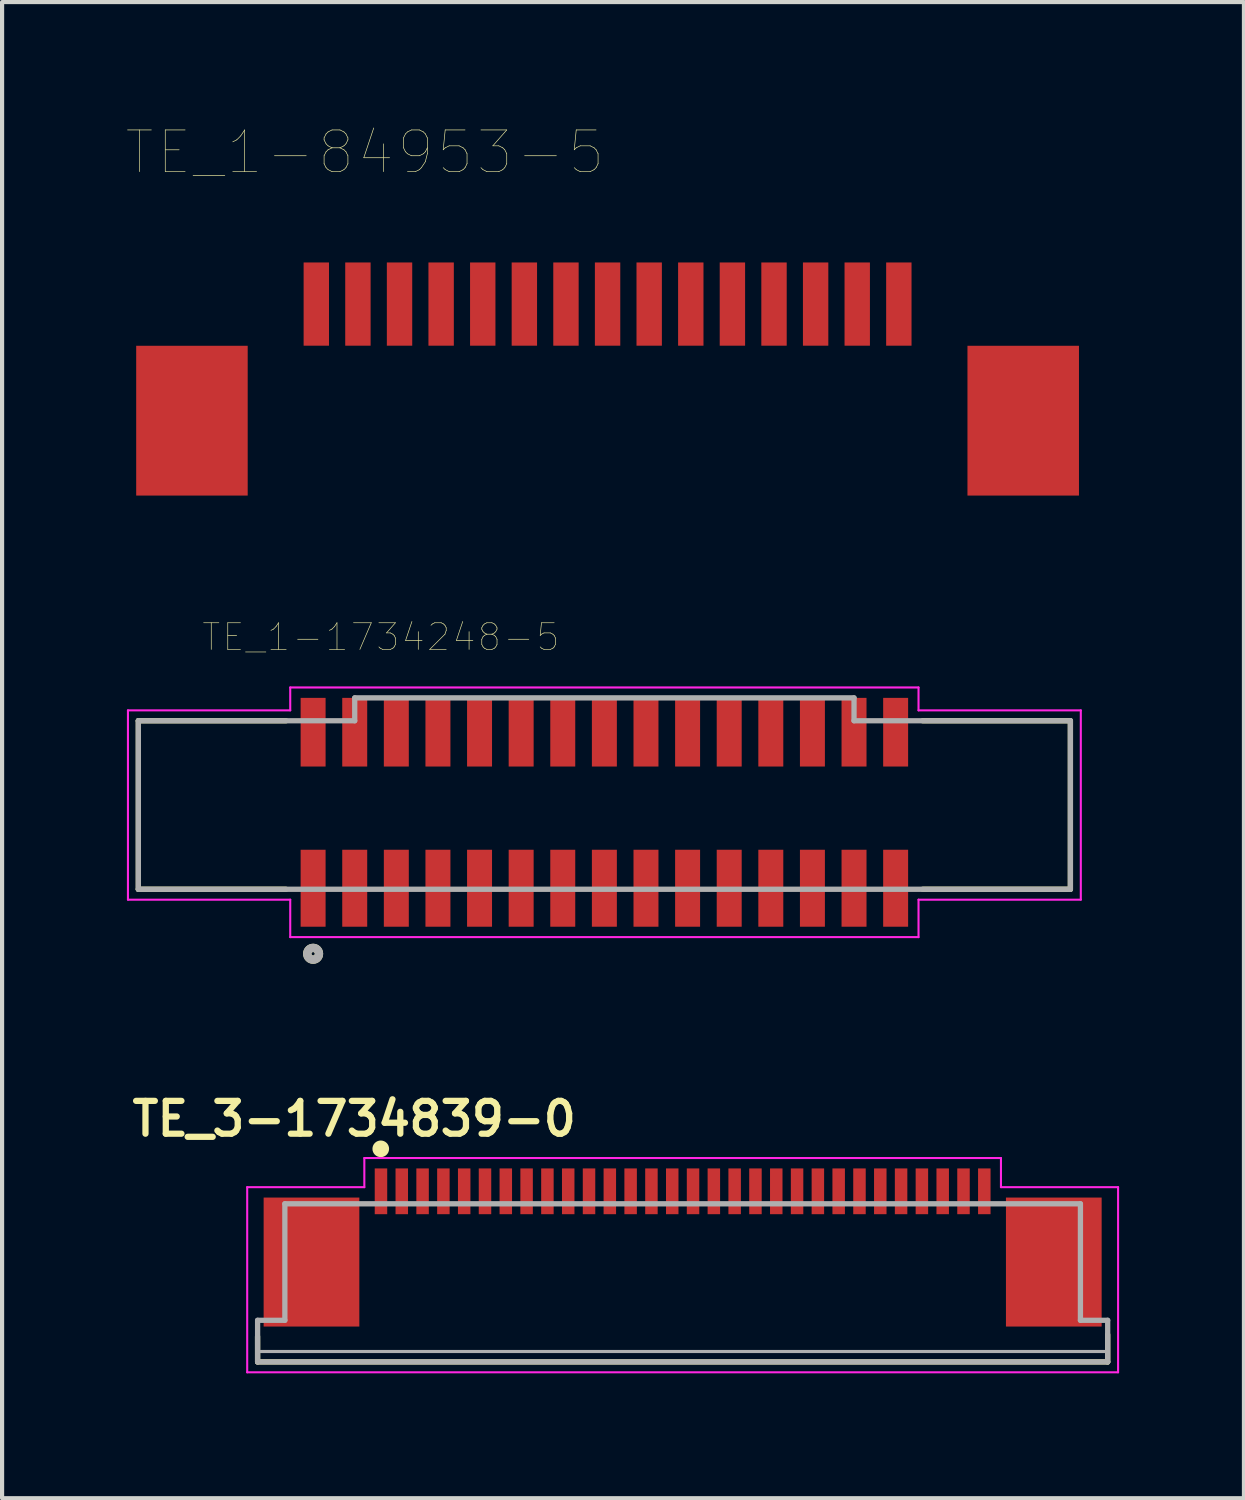
<source format=kicad_pcb>
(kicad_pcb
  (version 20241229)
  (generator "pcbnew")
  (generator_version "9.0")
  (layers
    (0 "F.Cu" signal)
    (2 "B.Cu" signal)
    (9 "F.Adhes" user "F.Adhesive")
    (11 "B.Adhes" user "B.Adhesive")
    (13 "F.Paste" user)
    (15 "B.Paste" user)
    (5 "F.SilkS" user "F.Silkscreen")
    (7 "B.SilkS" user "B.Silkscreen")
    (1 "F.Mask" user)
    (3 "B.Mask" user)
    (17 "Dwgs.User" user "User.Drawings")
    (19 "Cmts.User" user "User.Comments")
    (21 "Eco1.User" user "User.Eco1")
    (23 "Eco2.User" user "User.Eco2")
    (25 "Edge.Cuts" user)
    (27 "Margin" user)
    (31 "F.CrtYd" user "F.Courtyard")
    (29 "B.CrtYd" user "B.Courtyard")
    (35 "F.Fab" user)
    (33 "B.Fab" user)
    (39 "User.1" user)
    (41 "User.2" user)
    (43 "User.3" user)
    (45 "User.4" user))
  (footprint "TE_3-1734839-0"
    (layer "F.Cu")
    (at 13.356 25.581)
    (property "Reference" "TE_3-1734839-0" (at -7.894 -1.742 0) (layer "F.SilkS") (effects (font (size 0.789 0.789) (thickness 0.15))))
    (attr through_hole)
    (fp_line (start -10.216 3.488) (end -10.215 4.1) (stroke (width 0.127) (type solid)) (layer "F.SilkS"))
    (fp_line (start -10.215 4.1) (end 10.215 4.1) (stroke (width 0.127) (type solid)) (layer "F.SilkS"))
    (fp_line (start 10.215 4.1) (end 10.215 3.444) (stroke (width 0.127) (type solid)) (layer "F.SilkS"))
    (fp_circle (center -7.255 -1.021) (end -7.155 -1.021) (stroke (width 0.2) (type solid)) (fill no) (layer "F.SilkS"))
    (fp_line (start -10.465 -0.1) (end -10.465 4.35) (stroke (width 0.05) (type solid)) (layer "F.CrtYd"))
    (fp_line (start -10.465 4.35) (end 10.465 4.35) (stroke (width 0.05) (type solid)) (layer "F.CrtYd"))
    (fp_line (start -7.65 -0.8) (end -7.65 -0.1) (stroke (width 0.05) (type solid)) (layer "F.CrtYd"))
    (fp_line (start -7.65 -0.1) (end -10.465 -0.1) (stroke (width 0.05) (type solid)) (layer "F.CrtYd"))
    (fp_line (start 7.65 -0.8) (end -7.65 -0.8) (stroke (width 0.05) (type solid)) (layer "F.CrtYd"))
    (fp_line (start 7.65 -0.1) (end 7.65 -0.8) (stroke (width 0.05) (type solid)) (layer "F.CrtYd"))
    (fp_line (start 10.465 -0.1) (end 7.65 -0.1) (stroke (width 0.05) (type solid)) (layer "F.CrtYd"))
    (fp_line (start 10.465 4.35) (end 10.465 -0.1) (stroke (width 0.05) (type solid)) (layer "F.CrtYd"))
    (fp_line (start -10.215 3.1) (end -9.56 3.1) (stroke (width 0.127) (type solid)) (layer "F.Fab"))
    (fp_line (start -10.215 4.1) (end -10.215 3.1) (stroke (width 0.127) (type solid)) (layer "F.Fab"))
    (fp_line (start -10.215 4.1) (end 10.215 4.1) (stroke (width 0.127) (type solid)) (layer "F.Fab"))
    (fp_line (start -10.14 3.85) (end 10.14 3.85) (stroke (width 0.076) (type solid)) (layer "F.Fab"))
    (fp_line (start -9.56 0.3) (end -9.56 3.1) (stroke (width 0.127) (type solid)) (layer "F.Fab"))
    (fp_line (start 9.56 0.3) (end -9.56 0.3) (stroke (width 0.127) (type solid)) (layer "F.Fab"))
    (fp_line (start 9.56 3.1) (end 9.56 0.3) (stroke (width 0.127) (type solid)) (layer "F.Fab"))
    (fp_line (start 9.56 3.1) (end 10.215 3.1) (stroke (width 0.127) (type solid)) (layer "F.Fab"))
    (fp_line (start 10.215 3.1) (end 10.215 4.1) (stroke (width 0.127) (type solid)) (layer "F.Fab"))
    (pad "1" smd rect (at -7.25 0) (size 0.3 1.1) (layers "F.Cu" "F.Mask" "F.Paste"))
    (pad "2" smd rect (at -6.75 0) (size 0.3 1.1) (layers "F.Cu" "F.Mask" "F.Paste"))
    (pad "3" smd rect (at -6.25 0) (size 0.3 1.1) (layers "F.Cu" "F.Mask" "F.Paste"))
    (pad "4" smd rect (at -5.75 0) (size 0.3 1.1) (layers "F.Cu" "F.Mask" "F.Paste"))
    (pad "5" smd rect (at -5.25 0) (size 0.3 1.1) (layers "F.Cu" "F.Mask" "F.Paste"))
    (pad "6" smd rect (at -4.75 0) (size 0.3 1.1) (layers "F.Cu" "F.Mask" "F.Paste"))
    (pad "7" smd rect (at -4.25 0) (size 0.3 1.1) (layers "F.Cu" "F.Mask" "F.Paste"))
    (pad "8" smd rect (at -3.75 0) (size 0.3 1.1) (layers "F.Cu" "F.Mask" "F.Paste"))
    (pad "9" smd rect (at -3.25 0) (size 0.3 1.1) (layers "F.Cu" "F.Mask" "F.Paste"))
    (pad "10" smd rect (at -2.75 0) (size 0.3 1.1) (layers "F.Cu" "F.Mask" "F.Paste"))
    (pad "11" smd rect (at -2.25 0) (size 0.3 1.1) (layers "F.Cu" "F.Mask" "F.Paste"))
    (pad "12" smd rect (at -1.75 0) (size 0.3 1.1) (layers "F.Cu" "F.Mask" "F.Paste"))
    (pad "13" smd rect (at -1.25 0) (size 0.3 1.1) (layers "F.Cu" "F.Mask" "F.Paste"))
    (pad "14" smd rect (at -0.75 0) (size 0.3 1.1) (layers "F.Cu" "F.Mask" "F.Paste"))
    (pad "15" smd rect (at -0.25 0) (size 0.3 1.1) (layers "F.Cu" "F.Mask" "F.Paste"))
    (pad "16" smd rect (at 0.25 0) (size 0.3 1.1) (layers "F.Cu" "F.Mask" "F.Paste"))
    (pad "17" smd rect (at 0.75 0) (size 0.3 1.1) (layers "F.Cu" "F.Mask" "F.Paste"))
    (pad "18" smd rect (at 1.25 0) (size 0.3 1.1) (layers "F.Cu" "F.Mask" "F.Paste"))
    (pad "19" smd rect (at 1.75 0) (size 0.3 1.1) (layers "F.Cu" "F.Mask" "F.Paste"))
    (pad "20" smd rect (at 2.25 0) (size 0.3 1.1) (layers "F.Cu" "F.Mask" "F.Paste"))
    (pad "21" smd rect (at 2.75 0) (size 0.3 1.1) (layers "F.Cu" "F.Mask" "F.Paste"))
    (pad "22" smd rect (at 3.25 0) (size 0.3 1.1) (layers "F.Cu" "F.Mask" "F.Paste"))
    (pad "23" smd rect (at 3.75 0) (size 0.3 1.1) (layers "F.Cu" "F.Mask" "F.Paste"))
    (pad "24" smd rect (at 4.25 0) (size 0.3 1.1) (layers "F.Cu" "F.Mask" "F.Paste"))
    (pad "25" smd rect (at 4.75 0) (size 0.3 1.1) (layers "F.Cu" "F.Mask" "F.Paste"))
    (pad "26" smd rect (at 5.25 0) (size 0.3 1.1) (layers "F.Cu" "F.Mask" "F.Paste"))
    (pad "27" smd rect (at 5.75 0) (size 0.3 1.1) (layers "F.Cu" "F.Mask" "F.Paste"))
    (pad "28" smd rect (at 6.25 0) (size 0.3 1.1) (layers "F.Cu" "F.Mask" "F.Paste"))
    (pad "29" smd rect (at 6.75 0) (size 0.3 1.1) (layers "F.Cu" "F.Mask" "F.Paste"))
    (pad "30" smd rect (at 7.25 0) (size 0.3 1.1) (layers "F.Cu" "F.Mask" "F.Paste"))
    (pad "S1" smd rect (at -8.92 1.7) (size 2.3 3.1) (layers "F.Cu" "F.Mask" "F.Paste"))
    (pad "S2" smd rect (at 8.92 1.7) (size 2.3 3.1) (layers "F.Cu" "F.Mask" "F.Paste")))
  (footprint "TE_1-1734248-5"
    (layer "F.Cu")
    (at 11.475 16.272)
    (property "Reference" "TE_1-1734248-5" (at -5.373 -4.01 0) (layer "F.SilkS") (effects (font (size 0.641 0.641) (thickness 0.015))))
    (attr through_hole)
    (fp_line (start -11.2 -2) (end -7.65 -2) (stroke (width 0.127) (type solid)) (layer "F.SilkS"))
    (fp_line (start -11.2 2.05) (end -11.2 -2) (stroke (width 0.127) (type solid)) (layer "F.SilkS"))
    (fp_line (start -11.2 2.05) (end -7.65 2.05) (stroke (width 0.127) (type solid)) (layer "F.SilkS"))
    (fp_line (start 11.2 -2) (end 7.65 -2) (stroke (width 0.127) (type solid)) (layer "F.SilkS"))
    (fp_line (start 11.2 2.05) (end 7.65 2.05) (stroke (width 0.127) (type solid)) (layer "F.SilkS"))
    (fp_line (start 11.2 2.05) (end 11.2 -2) (stroke (width 0.127) (type solid)) (layer "F.SilkS"))
    (fp_circle (center -7 3.6) (end -6.859 3.6) (stroke (width 0.2) (type solid)) (fill no) (layer "F.SilkS"))
    (fp_line (start -11.45 -2.25) (end -7.55 -2.25) (stroke (width 0.05) (type solid)) (layer "F.CrtYd"))
    (fp_line (start -11.45 2.3) (end -11.45 -2.25) (stroke (width 0.05) (type solid)) (layer "F.CrtYd"))
    (fp_line (start -7.55 -2.8) (end 7.55 -2.8) (stroke (width 0.05) (type solid)) (layer "F.CrtYd"))
    (fp_line (start -7.55 -2.25) (end -7.55 -2.8) (stroke (width 0.05) (type solid)) (layer "F.CrtYd"))
    (fp_line (start -7.55 2.3) (end -11.45 2.3) (stroke (width 0.05) (type solid)) (layer "F.CrtYd"))
    (fp_line (start -7.55 3.2) (end -7.55 2.3) (stroke (width 0.05) (type solid)) (layer "F.CrtYd"))
    (fp_line (start 7.55 -2.8) (end 7.55 -2.25) (stroke (width 0.05) (type solid)) (layer "F.CrtYd"))
    (fp_line (start 7.55 -2.25) (end 11.45 -2.25) (stroke (width 0.05) (type solid)) (layer "F.CrtYd"))
    (fp_line (start 7.55 2.3) (end 7.55 3.2) (stroke (width 0.05) (type solid)) (layer "F.CrtYd"))
    (fp_line (start 7.55 3.2) (end -7.55 3.2) (stroke (width 0.05) (type solid)) (layer "F.CrtYd"))
    (fp_line (start 11.45 -2.25) (end 11.45 2.3) (stroke (width 0.05) (type solid)) (layer "F.CrtYd"))
    (fp_line (start 11.45 2.3) (end 7.55 2.3) (stroke (width 0.05) (type solid)) (layer "F.CrtYd"))
    (fp_line (start -11.2 -2) (end -6 -2) (stroke (width 0.127) (type solid)) (layer "F.Fab"))
    (fp_line (start -11.2 2.05) (end -11.2 -2) (stroke (width 0.127) (type solid)) (layer "F.Fab"))
    (fp_line (start -6 -2.55) (end 6 -2.55) (stroke (width 0.127) (type solid)) (layer "F.Fab"))
    (fp_line (start -6 -2) (end -6 -2.55) (stroke (width 0.127) (type solid)) (layer "F.Fab"))
    (fp_line (start 6 -2) (end 6 -2.55) (stroke (width 0.127) (type solid)) (layer "F.Fab"))
    (fp_line (start 11.2 -2) (end 6 -2) (stroke (width 0.127) (type solid)) (layer "F.Fab"))
    (fp_line (start 11.2 2.05) (end -11.2 2.05) (stroke (width 0.127) (type solid)) (layer "F.Fab"))
    (fp_line (start 11.2 2.05) (end 11.2 -2) (stroke (width 0.127) (type solid)) (layer "F.Fab"))
    (fp_circle (center -7 3.6) (end -6.859 3.6) (stroke (width 0.2) (type solid)) (fill no) (layer "F.Fab"))
    (pad "1" smd rect (at -7 2.025) (size 0.6 1.85) (layers "F.Cu" "F.Mask" "F.Paste"))
    (pad "1_1" smd rect (at -7 -1.725) (size 0.6 1.65) (layers "F.Cu" "F.Mask" "F.Paste"))
    (pad "2" smd rect (at -6 2.025) (size 0.6 1.85) (layers "F.Cu" "F.Mask" "F.Paste"))
    (pad "2_1" smd rect (at -6 -1.725) (size 0.6 1.65) (layers "F.Cu" "F.Mask" "F.Paste"))
    (pad "3" smd rect (at -5 2.025) (size 0.6 1.85) (layers "F.Cu" "F.Mask" "F.Paste"))
    (pad "3_1" smd rect (at -5 -1.725) (size 0.6 1.65) (layers "F.Cu" "F.Mask" "F.Paste"))
    (pad "4" smd rect (at -4 2.025) (size 0.6 1.85) (layers "F.Cu" "F.Mask" "F.Paste"))
    (pad "4_1" smd rect (at -4 -1.725) (size 0.6 1.65) (layers "F.Cu" "F.Mask" "F.Paste"))
    (pad "5" smd rect (at -3 2.025) (size 0.6 1.85) (layers "F.Cu" "F.Mask" "F.Paste"))
    (pad "5_1" smd rect (at -3 -1.725) (size 0.6 1.65) (layers "F.Cu" "F.Mask" "F.Paste"))
    (pad "6" smd rect (at -2 2.025) (size 0.6 1.85) (layers "F.Cu" "F.Mask" "F.Paste"))
    (pad "6_1" smd rect (at -2 -1.725) (size 0.6 1.65) (layers "F.Cu" "F.Mask" "F.Paste"))
    (pad "7" smd rect (at -1 2.025) (size 0.6 1.85) (layers "F.Cu" "F.Mask" "F.Paste"))
    (pad "7_1" smd rect (at -1 -1.725) (size 0.6 1.65) (layers "F.Cu" "F.Mask" "F.Paste"))
    (pad "8" smd rect (at 0 2.025) (size 0.6 1.85) (layers "F.Cu" "F.Mask" "F.Paste"))
    (pad "8_1" smd rect (at 0 -1.725) (size 0.6 1.65) (layers "F.Cu" "F.Mask" "F.Paste"))
    (pad "9" smd rect (at 1 2.025) (size 0.6 1.85) (layers "F.Cu" "F.Mask" "F.Paste"))
    (pad "9_1" smd rect (at 1 -1.725) (size 0.6 1.65) (layers "F.Cu" "F.Mask" "F.Paste"))
    (pad "10" smd rect (at 2 2.025) (size 0.6 1.85) (layers "F.Cu" "F.Mask" "F.Paste"))
    (pad "10_1" smd rect (at 2 -1.725) (size 0.6 1.65) (layers "F.Cu" "F.Mask" "F.Paste"))
    (pad "11" smd rect (at 3 2.025) (size 0.6 1.85) (layers "F.Cu" "F.Mask" "F.Paste"))
    (pad "11_1" smd rect (at 3 -1.725) (size 0.6 1.65) (layers "F.Cu" "F.Mask" "F.Paste"))
    (pad "12" smd rect (at 4 2.025) (size 0.6 1.85) (layers "F.Cu" "F.Mask" "F.Paste"))
    (pad "12_1" smd rect (at 4 -1.725) (size 0.6 1.65) (layers "F.Cu" "F.Mask" "F.Paste"))
    (pad "13" smd rect (at 5 2.025) (size 0.6 1.85) (layers "F.Cu" "F.Mask" "F.Paste"))
    (pad "13_1" smd rect (at 5 -1.725) (size 0.6 1.65) (layers "F.Cu" "F.Mask" "F.Paste"))
    (pad "14" smd rect (at 6 2.025) (size 0.6 1.85) (layers "F.Cu" "F.Mask" "F.Paste"))
    (pad "14_1" smd rect (at 6 -1.725) (size 0.6 1.65) (layers "F.Cu" "F.Mask" "F.Paste"))
    (pad "15" smd rect (at 7 2.025) (size 0.6 1.85) (layers "F.Cu" "F.Mask" "F.Paste"))
    (pad "15_1" smd rect (at 7 -1.725) (size 0.6 1.65) (layers "F.Cu" "F.Mask" "F.Paste")))
  (footprint "TE_1-84953-5"
    (layer "F.Cu")
    (at 11.552 7.258)
    (property "Reference" "TE_1-84953-5" (at -5.835 -6.646 0) (layer "F.SilkS") (effects (font (size 1.002 1.002) (thickness 0.015))))
    (attr through_hole)
    (pad "1" smd rect (at -7 -3) (size 0.61 2) (layers "F.Cu" "F.Mask" "F.Paste"))
    (pad "2" smd rect (at -6 -3) (size 0.61 2) (layers "F.Cu" "F.Mask" "F.Paste"))
    (pad "3" smd rect (at -5 -3) (size 0.61 2) (layers "F.Cu" "F.Mask" "F.Paste"))
    (pad "4" smd rect (at -4 -3) (size 0.61 2) (layers "F.Cu" "F.Mask" "F.Paste"))
    (pad "5" smd rect (at -3 -3) (size 0.61 2) (layers "F.Cu" "F.Mask" "F.Paste"))
    (pad "6" smd rect (at -2 -3) (size 0.61 2) (layers "F.Cu" "F.Mask" "F.Paste"))
    (pad "7" smd rect (at -1 -3) (size 0.61 2) (layers "F.Cu" "F.Mask" "F.Paste"))
    (pad "8" smd rect (at 0 -3) (size 0.61 2) (layers "F.Cu" "F.Mask" "F.Paste"))
    (pad "9" smd rect (at 1 -3) (size 0.61 2) (layers "F.Cu" "F.Mask" "F.Paste"))
    (pad "10" smd rect (at 2 -3) (size 0.61 2) (layers "F.Cu" "F.Mask" "F.Paste"))
    (pad "11" smd rect (at 3 -3) (size 0.61 2) (layers "F.Cu" "F.Mask" "F.Paste"))
    (pad "12" smd rect (at 4 -3) (size 0.61 2) (layers "F.Cu" "F.Mask" "F.Paste"))
    (pad "13" smd rect (at 5 -3) (size 0.61 2) (layers "F.Cu" "F.Mask" "F.Paste"))
    (pad "14" smd rect (at 6 -3) (size 0.61 2) (layers "F.Cu" "F.Mask" "F.Paste"))
    (pad "15" smd rect (at 7 -3) (size 0.61 2) (layers "F.Cu" "F.Mask" "F.Paste"))
    (pad "PAD" smd rect (at -9.989 -0.198) (size 2.68 3.6) (layers "F.Cu" "F.Mask" "F.Paste"))
    (pad "PAD." smd rect (at 9.989 -0.198) (size 2.68 3.6) (layers "F.Cu" "F.Mask" "F.Paste")))
  (gr_rect
    (start -3 -3)
    (end 26.846 32.956)
    (stroke (width 0.1) (type default))
    (fill no)
    (layer "Edge.Cuts")))
</source>
